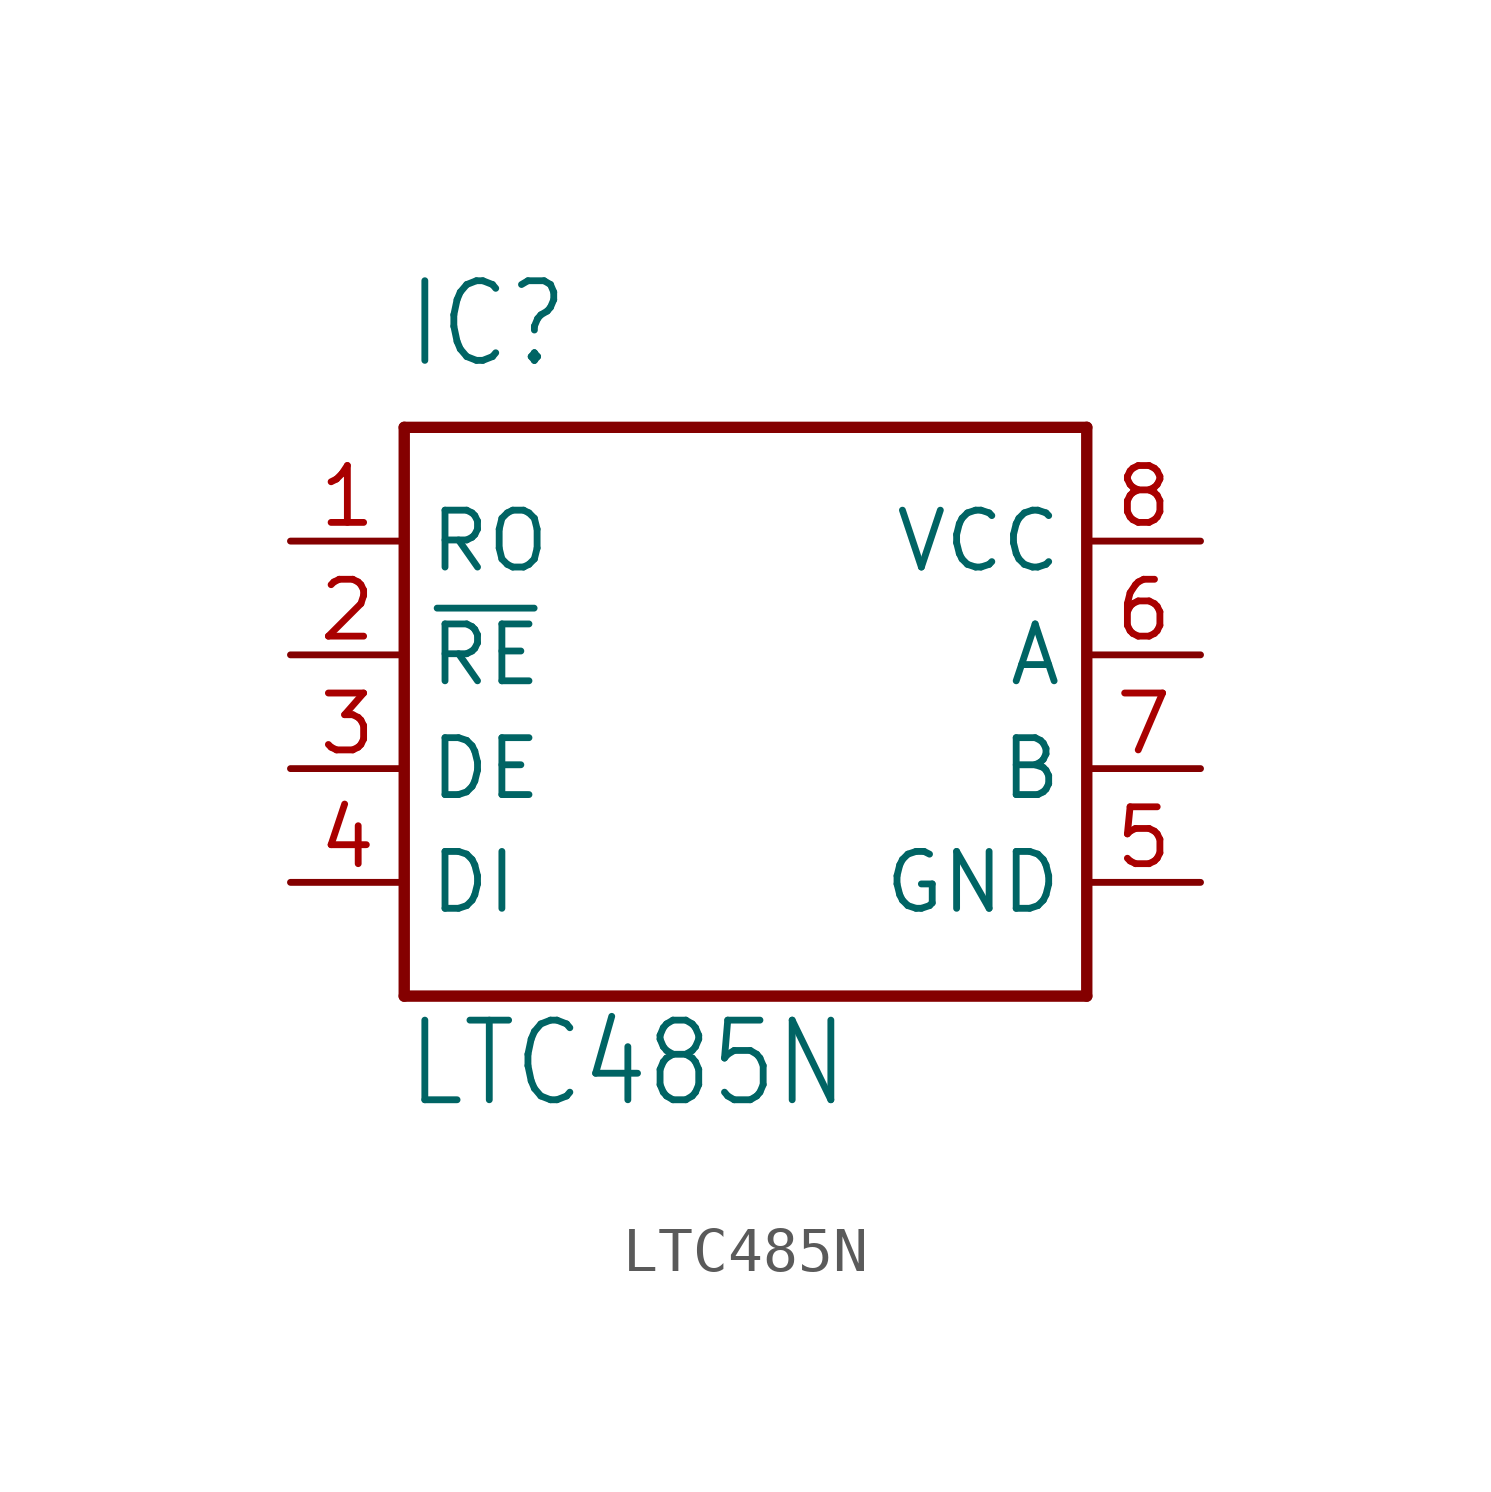
<source format=kicad_sym>
(kicad_symbol_lib
  (version 20211014)
  (generator kicad_symbol_editor)
  (symbol "LTC485N"
    (property "Reference" "IC"
      (at -7.62 6.35 0)
      (effects (font (size 1.778 1.511)) (justify left bottom)))
    (property "Value" "LTC485N"
      (at -7.62 -10.16 0)
      (effects (font (size 1.778 1.511)) (justify left bottom)))
    (property "ki_locked" ""
      (at 0 0 0)
      (effects (font (size 1.27 1.27))))
    (symbol "LTC485N_1_0"
      (polyline (pts (xy -7.62 -7.62) (xy -7.62 5.08)) (stroke (width 0.254) (type default) (color 0 0 0 0)) (fill (type none)))
      (polyline (pts (xy -7.62 5.08) (xy 7.62 5.08)) (stroke (width 0.254) (type default) (color 0 0 0 0)) (fill (type none)))
      (polyline (pts (xy 7.62 -7.62) (xy -7.62 -7.62)) (stroke (width 0.254) (type default) (color 0 0 0 0)) (fill (type none)))
      (polyline (pts (xy 7.62 5.08) (xy 7.62 -7.62)) (stroke (width 0.254) (type default) (color 0 0 0 0)) (fill (type none)))
      (pin output line (at -10.16 2.54 0) (length 2.54) (name "RO" (effects (font (size 1.27 1.27)))) (number "1" (effects (font (size 1.27 1.27)))))
      (pin input line (at -10.16 0 0) (length 2.54) (name "~{RE}" (effects (font (size 1.27 1.27)))) (number "2" (effects (font (size 1.27 1.27)))))
      (pin input line (at -10.16 -2.54 0) (length 2.54) (name "DE" (effects (font (size 1.27 1.27)))) (number "3" (effects (font (size 1.27 1.27)))))
      (pin input line (at -10.16 -5.08 0) (length 2.54) (name "DI" (effects (font (size 1.27 1.27)))) (number "4" (effects (font (size 1.27 1.27)))))
      (pin input line (at 10.16 -5.08 180) (length 2.54) (name "GND" (effects (font (size 1.27 1.27)))) (number "5" (effects (font (size 1.27 1.27)))))
      (pin bidirectional line (at 10.16 0 180) (length 2.54) (name "A" (effects (font (size 1.27 1.27)))) (number "6" (effects (font (size 1.27 1.27)))))
      (pin bidirectional line (at 10.16 -2.54 180) (length 2.54) (name "B" (effects (font (size 1.27 1.27)))) (number "7" (effects (font (size 1.27 1.27)))))
      (pin input line (at 10.16 2.54 180) (length 2.54) (name "VCC" (effects (font (size 1.27 1.27)))) (number "8" (effects (font (size 1.27 1.27))))))))
</source>
